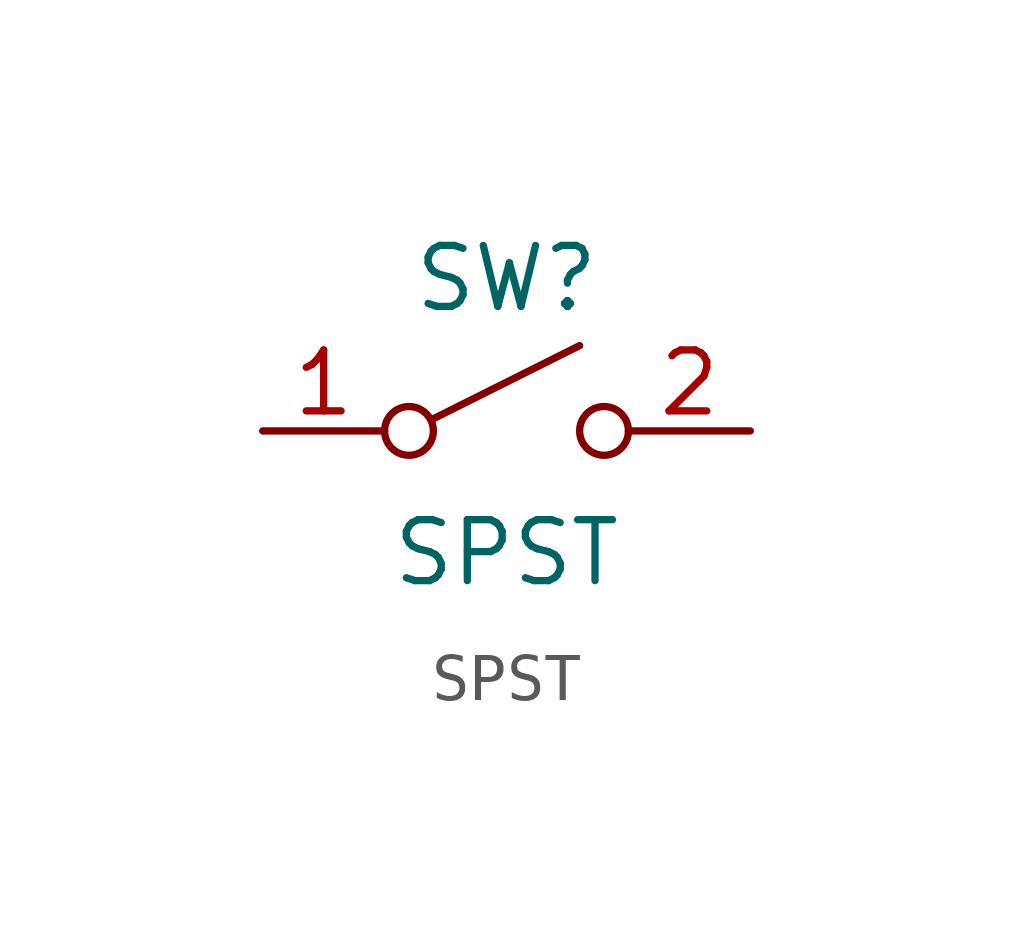
<source format=kicad_sym>
(kicad_symbol_lib
  (version 20220914)
  (generator kicad_symbol_editor)
  (symbol "SPST"
    (pin_names
      (offset 0) hide)
    (property "Reference" "SW"
      (at 0 3.175 0)
      (effects (font (size 1.27 1.27))))
    (property "Value" "SPST"
      (at 0 -2.54 0)
      (effects (font (size 1.27 1.27))))
    (symbol "SPST_0_0"
      (circle (center -2.032 0) (radius 0.508) (stroke (width 0) (type default)) (fill (type none)))
      (polyline (pts (xy -1.524 0.254) (xy 1.524 1.778)) (stroke (width 0) (type default)) (fill (type none)))
      (circle (center 2.032 0) (radius 0.508) (stroke (width 0) (type default)) (fill (type none))))
    (symbol "SPST_1_1"
      (pin passive line (at -5.08 0 0) (length 2.54) (name "A" (effects (font (size 1.27 1.27)))) (number "1" (effects (font (size 1.27 1.27)))))
      (pin passive line (at 5.08 0 180) (length 2.54) (name "B" (effects (font (size 1.27 1.27)))) (number "2" (effects (font (size 1.27 1.27))))))))
</source>
